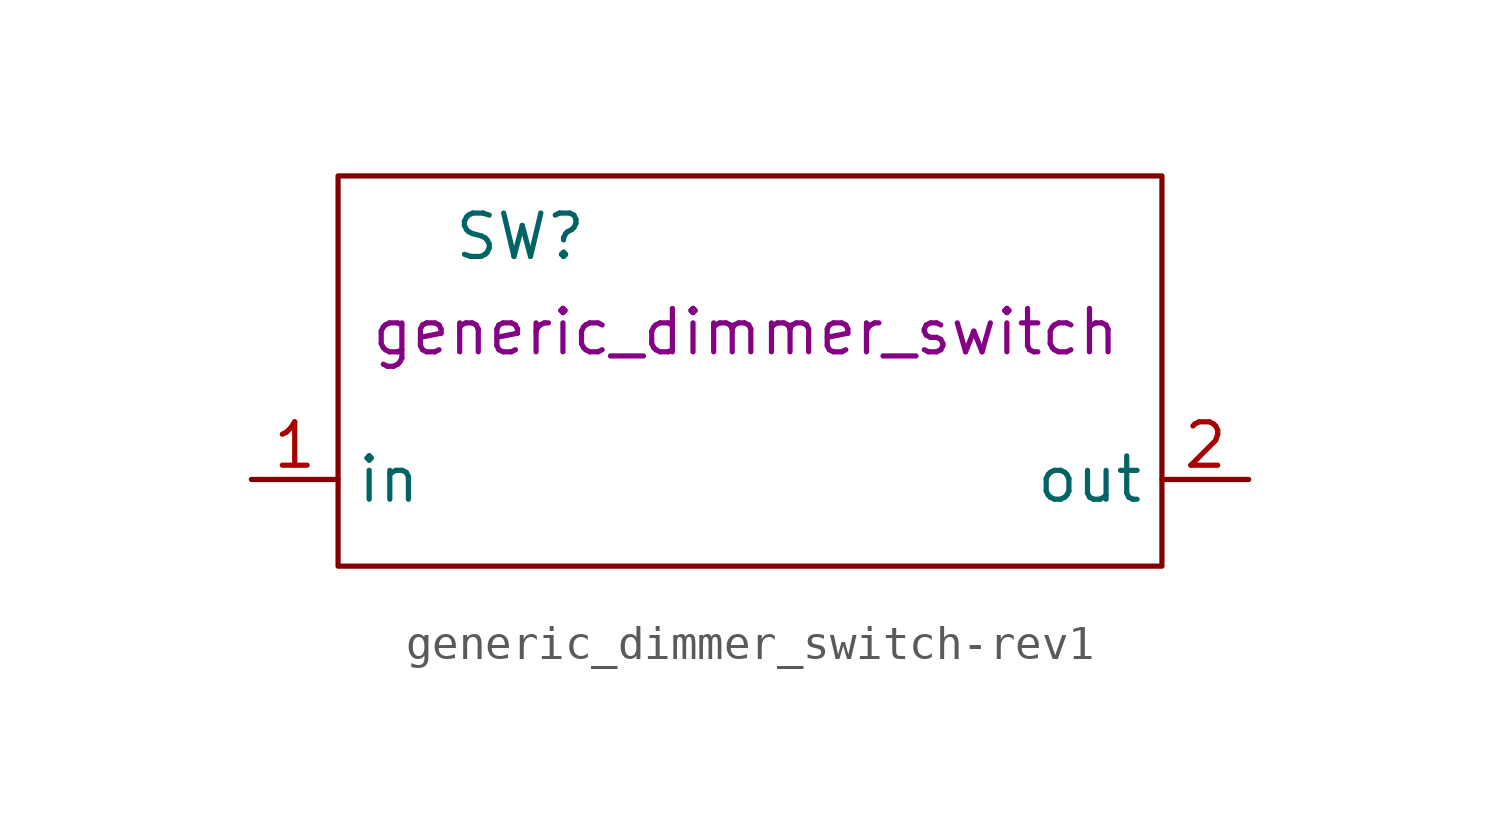
<source format=kicad_sym>
(kicad_symbol_lib
  (version 20241209)
  (generator "kicad_symbol_editor")
  (generator_version "9.0")
  (symbol "generic_dimmer_switch-rev1"
    (property "Reference" "SW"
      (at 5.334 9.652 0)
      (effects (font (size 1.27 1.27))))
    (property "Value" ""
      (at 0 0 0)
      (effects (font (size 1.27 1.27))))
    (property "MFG" ""
      (at 0 0 0)
      (effects (font (size 1.27 1.27))))
    (property "MPN" "generic_dimmer_switch"
      (at 11.938 6.858 0)
      (effects (font (size 1.27 1.27))))
    (symbol "generic_dimmer_switch-rev1_0_1"
      (rectangle (start 0 11.43) (end 24.13 0) (stroke (width 0) (type default)) (fill (type none))))
    (symbol "generic_dimmer_switch-rev1_1_1"
      (pin unspecified line (at -2.54 2.54 0) (length 2.54) (name "in" (effects (font (size 1.27 1.27)))) (number "1" (effects (font (size 1.27 1.27)))))
      (pin unspecified line (at 26.67 2.54 180) (length 2.54) (name "out" (effects (font (size 1.27 1.27)))) (number "2" (effects (font (size 1.27 1.27))))))))
</source>
